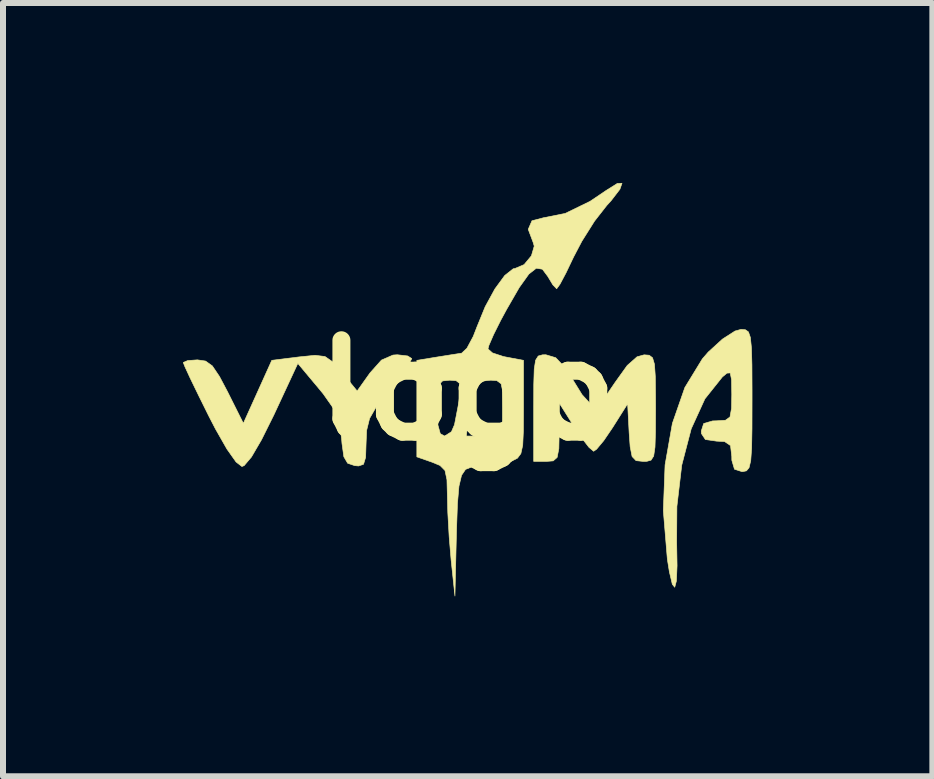
<source format=kicad_pcb>
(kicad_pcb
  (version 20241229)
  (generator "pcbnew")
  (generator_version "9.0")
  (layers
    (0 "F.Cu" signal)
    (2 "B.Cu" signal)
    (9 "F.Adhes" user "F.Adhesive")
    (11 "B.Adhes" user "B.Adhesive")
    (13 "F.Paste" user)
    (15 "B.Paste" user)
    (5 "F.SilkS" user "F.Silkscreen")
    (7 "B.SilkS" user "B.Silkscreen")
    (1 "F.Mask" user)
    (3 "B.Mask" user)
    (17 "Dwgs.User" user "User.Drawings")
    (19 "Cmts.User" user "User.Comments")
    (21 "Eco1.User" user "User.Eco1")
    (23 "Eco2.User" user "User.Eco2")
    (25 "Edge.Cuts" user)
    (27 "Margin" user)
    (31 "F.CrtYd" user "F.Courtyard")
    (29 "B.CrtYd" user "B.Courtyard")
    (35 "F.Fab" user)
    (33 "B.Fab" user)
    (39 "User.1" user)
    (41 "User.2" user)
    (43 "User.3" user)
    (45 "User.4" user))
  (footprint "logo"
    (layer "F.Cu")
    (at 4.746 3.457)
    (property "Reference" "logo" (at 0 0 0) (layer "F.SilkS") (effects (font (size 1.524 1.524) (thickness 0.3))))
    (attr through_hole)
    (fp_poly (pts (xy 1.468 -0.544) (xy 1.627 -0.377) (xy 1.723 -0.226) (xy 1.907 0.072) (xy 2.045 0.223) (xy 2.165 0.231) (xy 2.3 0.1) (xy 2.458 -0.132) (xy 2.66 -0.414) (xy 2.824 -0.559) (xy 2.942 -0.592) (xy 3.027 -0.585) (xy 3.082 -0.543) (xy 3.114 -0.436) (xy 3.128 -0.234) (xy 3.132 0.094) (xy 3.133 0.296) (xy 3.131 0.692) (xy 3.123 0.948) (xy 3.101 1.096) (xy 3.057 1.164) (xy 2.985 1.184) (xy 2.925 1.185) (xy 2.807 1.172) (xy 2.741 1.103) (xy 2.709 0.94) (xy 2.692 0.704) (xy 2.667 0.224) (xy 2.417 0.62) (xy 2.269 0.838) (xy 2.149 0.982) (xy 2.1 1.016) (xy 2.022 0.95) (xy 1.89 0.78) (xy 1.78 0.614) (xy 1.527 0.212) (xy 1.526 0.699) (xy 1.52 0.973) (xy 1.492 1.118) (xy 1.426 1.176) (xy 1.312 1.185) (xy 1.101 1.185) (xy 1.101 0.296) (xy 1.102 -0.099) (xy 1.11 -0.356) (xy 1.133 -0.503) (xy 1.177 -0.572) (xy 1.248 -0.592) (xy 1.304 -0.593) (xy 1.468 -0.544)) (stroke (width 0.01) (type solid)) (fill yes) (layer "F.SilkS"))
    (fp_poly (pts (xy 4.63 -1.01) (xy 4.681 -0.974) (xy 4.713 -0.882) (xy 4.731 -0.707) (xy 4.739 -0.425) (xy 4.741 -0.008) (xy 4.741 0.169) (xy 4.74 0.638) (xy 4.734 0.964) (xy 4.719 1.173) (xy 4.691 1.29) (xy 4.648 1.342) (xy 4.585 1.355) (xy 4.572 1.355) (xy 4.448 1.315) (xy 4.404 1.166) (xy 4.403 1.101) (xy 4.382 0.921) (xy 4.283 0.854) (xy 4.149 0.847) (xy 3.963 0.82) (xy 3.897 0.721) (xy 3.895 0.677) (xy 3.935 0.553) (xy 4.083 0.51) (xy 4.149 0.508) (xy 4.297 0.499) (xy 4.373 0.444) (xy 4.399 0.3) (xy 4.403 0.072) (xy 4.399 -0.179) (xy 4.377 -0.29) (xy 4.323 -0.287) (xy 4.246 -0.223) (xy 3.955 0.142) (xy 3.727 0.641) (xy 3.569 1.247) (xy 3.488 1.936) (xy 3.484 2.529) (xy 3.491 2.924) (xy 3.48 3.178) (xy 3.452 3.283) (xy 3.412 3.234) (xy 3.363 3.026) (xy 3.329 2.815) (xy 3.262 2.006) (xy 3.291 1.243) (xy 3.413 0.551) (xy 3.621 -0.047) (xy 3.913 -0.525) (xy 4.01 -0.637) (xy 4.249 -0.855) (xy 4.458 -0.989) (xy 4.557 -1.016) (xy 4.63 -1.01)) (stroke (width 0.01) (type solid)) (fill yes) (layer "F.SilkS"))
    (fp_poly (pts (xy -0.999 -0.573) (xy -0.931 -0.529) (xy -0.981 -0.436) (xy -1.113 -0.252) (xy -1.299 -0.017) (xy -1.312 0) (xy -1.519 0.267) (xy -1.635 0.469) (xy -1.684 0.667) (xy -1.693 0.873) (xy -1.701 1.118) (xy -1.736 1.233) (xy -1.819 1.261) (xy -1.884 1.255) (xy -2.001 1.215) (xy -2.064 1.107) (xy -2.095 0.886) (xy -2.101 0.81) (xy -2.138 0.539) (xy -2.23 0.311) (xy -2.408 0.058) (xy -2.479 -0.028) (xy -2.831 -0.449) (xy -3.231 0.411) (xy -3.437 0.825) (xy -3.604 1.111) (xy -3.726 1.255) (xy -3.763 1.27) (xy -3.861 1.194) (xy -4.013 0.979) (xy -4.205 0.642) (xy -4.317 0.425) (xy -4.487 0.082) (xy -4.625 -0.202) (xy -4.714 -0.395) (xy -4.741 -0.464) (xy -4.668 -0.496) (xy -4.505 -0.508) (xy -4.369 -0.488) (xy -4.257 -0.408) (xy -4.138 -0.232) (xy -4.004 0.021) (xy -3.739 0.55) (xy -3.502 0.025) (xy -3.265 -0.5) (xy -2.811 -0.557) (xy -2.544 -0.584) (xy -2.379 -0.564) (xy -2.249 -0.474) (xy -2.099 -0.302) (xy -1.842 0.011) (xy -1.627 -0.291) (xy -1.437 -0.504) (xy -1.245 -0.588) (xy -1.172 -0.593) (xy -0.999 -0.573)) (stroke (width 0.01) (type solid)) (fill yes) (layer "F.SilkS"))
    (fp_poly (pts (xy 2.538 -3.352) (xy 2.391 -3.161) (xy 2.319 -3.082) (xy 2.115 -2.821) (xy 1.904 -2.486) (xy 1.766 -2.223) (xy 1.64 -1.959) (xy 1.539 -1.769) (xy 1.484 -1.693) (xy 1.484 -1.693) (xy 1.42 -1.759) (xy 1.336 -1.899) (xy 1.246 -2.019) (xy 1.145 -2.036) (xy 1.021 -1.939) (xy 0.86 -1.714) (xy 0.65 -1.35) (xy 0.551 -1.167) (xy 0.432 -0.929) (xy 0.354 -0.749) (xy 0.339 -0.69) (xy 0.413 -0.624) (xy 0.595 -0.564) (xy 0.635 -0.556) (xy 0.931 -0.5) (xy 0.931 0.302) (xy 0.929 0.676) (xy 0.918 0.915) (xy 0.887 1.055) (xy 0.83 1.131) (xy 0.738 1.178) (xy 0.714 1.187) (xy 0.471 1.247) (xy 0.208 1.27) (xy 0.066 1.278) (xy -0.035 1.318) (xy -0.102 1.417) (xy -0.145 1.598) (xy -0.17 1.887) (xy -0.185 2.31) (xy -0.191 2.54) (xy -0.212 3.429) (xy -0.275 2.836) (xy -0.308 2.444) (xy -0.331 2.035) (xy -0.338 1.765) (xy -0.345 1.491) (xy -0.378 1.336) (xy -0.46 1.253) (xy -0.593 1.198) (xy -0.847 1.109) (xy -0.847 0.296) (xy -0.508 0.296) (xy -0.496 0.578) (xy -0.456 0.723) (xy -0.383 0.762) (xy -0.023 0.762) (xy 0.593 0.762) (xy 0.593 0.296) (xy 0.587 0.03) (xy 0.558 -0.109) (xy 0.487 -0.162) (xy 0.386 -0.169) (xy 0.231 -0.153) (xy 0.136 -0.078) (xy 0.076 0.093) (xy 0.03 0.374) (xy -0.023 0.762) (xy -0.383 0.762) (xy -0.27 0.69) (xy -0.219 0.572) (xy -0.151 0.22) (xy -0.121 0.002) (xy -0.134 -0.115) (xy -0.192 -0.161) (xy -0.298 -0.169) (xy -0.418 -0.157) (xy -0.481 -0.092) (xy -0.505 0.066) (xy -0.508 0.296) (xy -0.847 0.296) (xy -0.847 -0.5) (xy -0.529 -0.552) (xy -0.291 -0.59) (xy -0.117 -0.617) (xy -0.1 -0.619) (xy -0.012 -0.702) (xy 0.093 -0.898) (xy 0.156 -1.06) (xy 0.292 -1.393) (xy 0.454 -1.69) (xy 0.618 -1.914) (xy 0.759 -2.026) (xy 0.791 -2.032) (xy 0.941 -2.096) (xy 1.063 -2.243) (xy 1.11 -2.404) (xy 1.092 -2.466) (xy 1.01 -2.684) (xy 1.072 -2.827) (xy 1.272 -2.879) (xy 1.274 -2.879) (xy 1.626 -2.949) (xy 2.041 -3.151) (xy 2.306 -3.33) (xy 2.495 -3.449) (xy 2.573 -3.452) (xy 2.538 -3.352)) (stroke (width 0.01) (type solid)) (fill yes) (layer "F.SilkS")))
  (gr_rect
    (start -3 -3)
    (end 12.493 9.891)
    (stroke (width 0.1) (type default))
    (fill no)
    (layer "Edge.Cuts")))
</source>
